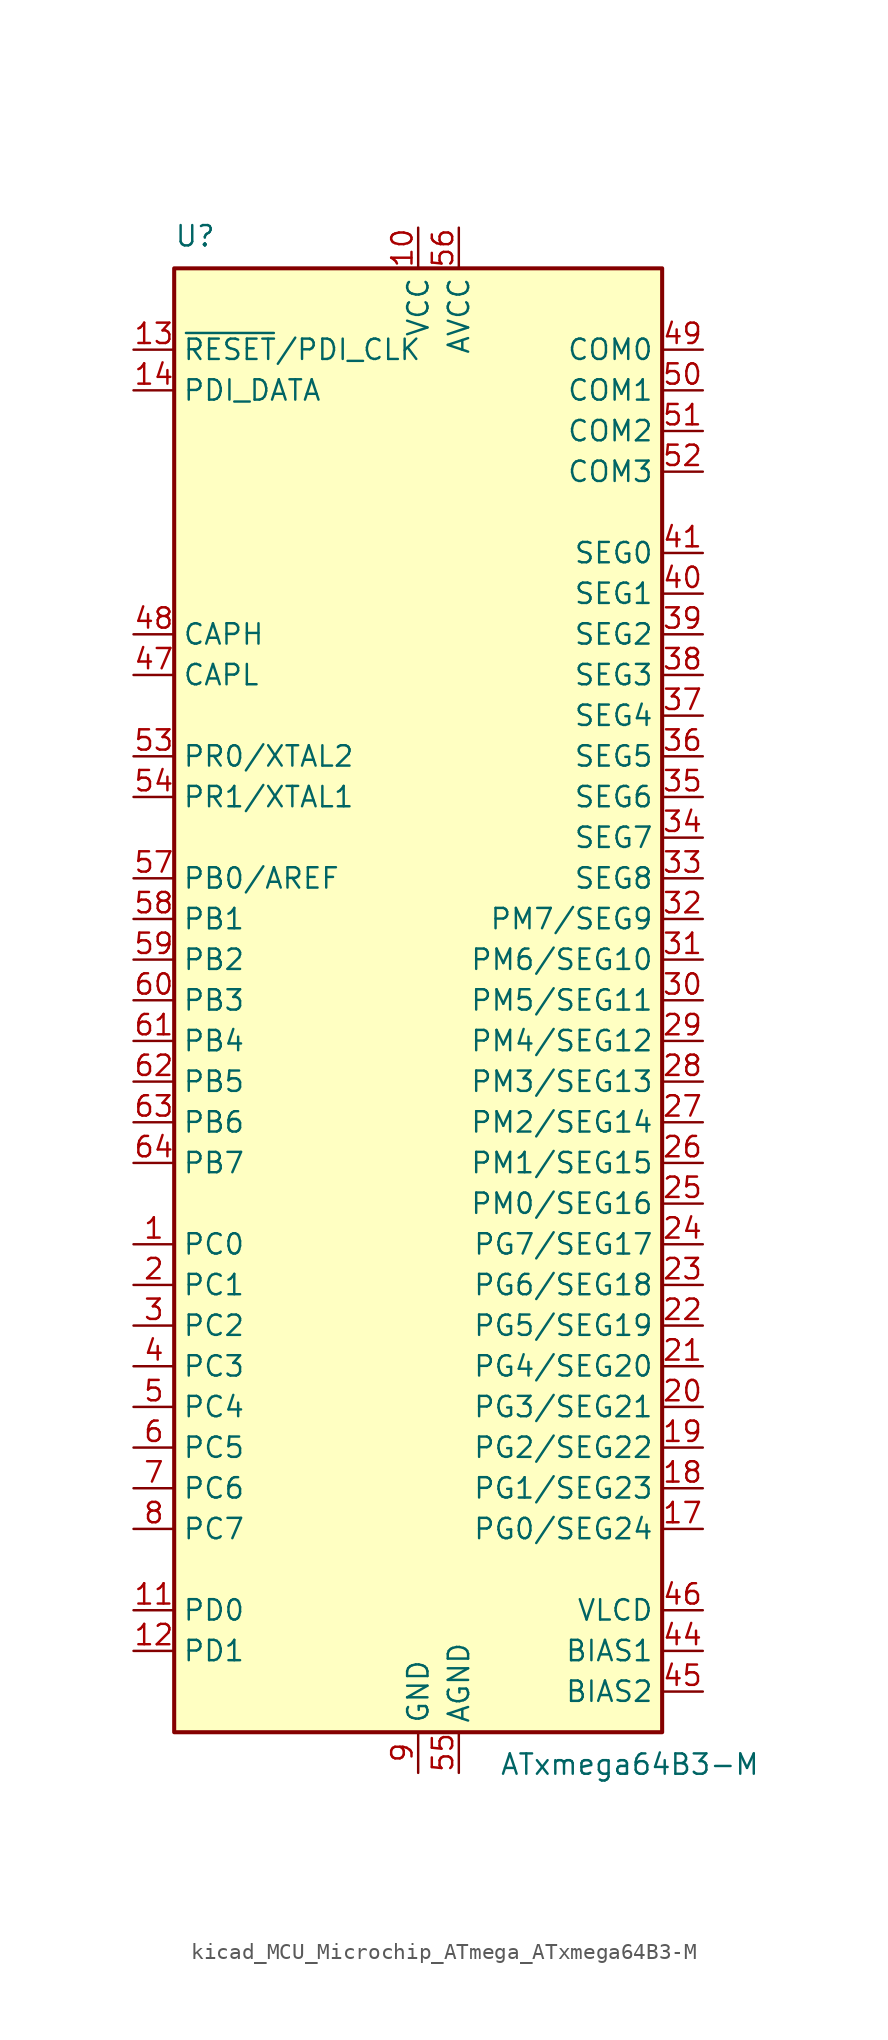
<source format=kicad_sym>
(kicad_symbol_lib
  (version 20220914)
  (generator kicad_symbol_editor)
  (symbol "kicad_MCU_Microchip_ATmega_ATxmega64B3-M"
    (property "Reference" "U"
      (at -15.24 46.99 0)
      (effects (font (size 1.27 1.27)) (justify left bottom)))
    (property "Value" "ATxmega64B3-M"
      (at 5.08 -46.99 0)
      (effects (font (size 1.27 1.27)) (justify left top)))
    (symbol "kicad_MCU_Microchip_ATmega_ATxmega64B3-M_0_1"
      (rectangle (start -15.24 -45.72) (end 15.24 45.72) (stroke (width 0.254) (type default)) (fill (type background))))
    (symbol "kicad_MCU_Microchip_ATmega_ATxmega64B3-M_1_1"
      (pin bidirectional line (at -17.78 -15.24 0) (length 2.54) (name "PC0" (effects (font (size 1.27 1.27)))) (number "1" (effects (font (size 1.27 1.27)))))
      (pin power_in line (at 0 48.26 270) (length 2.54) (name "VCC" (effects (font (size 1.27 1.27)))) (number "10" (effects (font (size 1.27 1.27)))))
      (pin bidirectional line (at -17.78 -38.1 0) (length 2.54) (name "PD0" (effects (font (size 1.27 1.27)))) (number "11" (effects (font (size 1.27 1.27)))))
      (pin bidirectional line (at -17.78 -40.64 0) (length 2.54) (name "PD1" (effects (font (size 1.27 1.27)))) (number "12" (effects (font (size 1.27 1.27)))))
      (pin input line (at -17.78 40.64 0) (length 2.54) (name "~{RESET}/PDI_CLK" (effects (font (size 1.27 1.27)))) (number "13" (effects (font (size 1.27 1.27)))))
      (pin bidirectional line (at -17.78 38.1 0) (length 2.54) (name "PDI_DATA" (effects (font (size 1.27 1.27)))) (number "14" (effects (font (size 1.27 1.27)))))
      (pin passive line (at 0 -48.26 90) (length 2.54) hide (name "GND" (effects (font (size 1.27 1.27)))) (number "15" (effects (font (size 1.27 1.27)))))
      (pin passive line (at 0 48.26 270) (length 2.54) hide (name "VCC" (effects (font (size 1.27 1.27)))) (number "16" (effects (font (size 1.27 1.27)))))
      (pin bidirectional line (at 17.78 -33.02 180) (length 2.54) (name "PG0/SEG24" (effects (font (size 1.27 1.27)))) (number "17" (effects (font (size 1.27 1.27)))))
      (pin bidirectional line (at 17.78 -30.48 180) (length 2.54) (name "PG1/SEG23" (effects (font (size 1.27 1.27)))) (number "18" (effects (font (size 1.27 1.27)))))
      (pin bidirectional line (at 17.78 -27.94 180) (length 2.54) (name "PG2/SEG22" (effects (font (size 1.27 1.27)))) (number "19" (effects (font (size 1.27 1.27)))))
      (pin bidirectional line (at -17.78 -17.78 0) (length 2.54) (name "PC1" (effects (font (size 1.27 1.27)))) (number "2" (effects (font (size 1.27 1.27)))))
      (pin bidirectional line (at 17.78 -25.4 180) (length 2.54) (name "PG3/SEG21" (effects (font (size 1.27 1.27)))) (number "20" (effects (font (size 1.27 1.27)))))
      (pin bidirectional line (at 17.78 -22.86 180) (length 2.54) (name "PG4/SEG20" (effects (font (size 1.27 1.27)))) (number "21" (effects (font (size 1.27 1.27)))))
      (pin bidirectional line (at 17.78 -20.32 180) (length 2.54) (name "PG5/SEG19" (effects (font (size 1.27 1.27)))) (number "22" (effects (font (size 1.27 1.27)))))
      (pin bidirectional line (at 17.78 -17.78 180) (length 2.54) (name "PG6/SEG18" (effects (font (size 1.27 1.27)))) (number "23" (effects (font (size 1.27 1.27)))))
      (pin bidirectional line (at 17.78 -15.24 180) (length 2.54) (name "PG7/SEG17" (effects (font (size 1.27 1.27)))) (number "24" (effects (font (size 1.27 1.27)))))
      (pin bidirectional line (at 17.78 -12.7 180) (length 2.54) (name "PM0/SEG16" (effects (font (size 1.27 1.27)))) (number "25" (effects (font (size 1.27 1.27)))))
      (pin bidirectional line (at 17.78 -10.16 180) (length 2.54) (name "PM1/SEG15" (effects (font (size 1.27 1.27)))) (number "26" (effects (font (size 1.27 1.27)))))
      (pin bidirectional line (at 17.78 -7.62 180) (length 2.54) (name "PM2/SEG14" (effects (font (size 1.27 1.27)))) (number "27" (effects (font (size 1.27 1.27)))))
      (pin bidirectional line (at 17.78 -5.08 180) (length 2.54) (name "PM3/SEG13" (effects (font (size 1.27 1.27)))) (number "28" (effects (font (size 1.27 1.27)))))
      (pin bidirectional line (at 17.78 -2.54 180) (length 2.54) (name "PM4/SEG12" (effects (font (size 1.27 1.27)))) (number "29" (effects (font (size 1.27 1.27)))))
      (pin bidirectional line (at -17.78 -20.32 0) (length 2.54) (name "PC2" (effects (font (size 1.27 1.27)))) (number "3" (effects (font (size 1.27 1.27)))))
      (pin bidirectional line (at 17.78 0 180) (length 2.54) (name "PM5/SEG11" (effects (font (size 1.27 1.27)))) (number "30" (effects (font (size 1.27 1.27)))))
      (pin bidirectional line (at 17.78 2.54 180) (length 2.54) (name "PM6/SEG10" (effects (font (size 1.27 1.27)))) (number "31" (effects (font (size 1.27 1.27)))))
      (pin bidirectional line (at 17.78 5.08 180) (length 2.54) (name "PM7/SEG9" (effects (font (size 1.27 1.27)))) (number "32" (effects (font (size 1.27 1.27)))))
      (pin output line (at 17.78 7.62 180) (length 2.54) (name "SEG8" (effects (font (size 1.27 1.27)))) (number "33" (effects (font (size 1.27 1.27)))))
      (pin output line (at 17.78 10.16 180) (length 2.54) (name "SEG7" (effects (font (size 1.27 1.27)))) (number "34" (effects (font (size 1.27 1.27)))))
      (pin output line (at 17.78 12.7 180) (length 2.54) (name "SEG6" (effects (font (size 1.27 1.27)))) (number "35" (effects (font (size 1.27 1.27)))))
      (pin output line (at 17.78 15.24 180) (length 2.54) (name "SEG5" (effects (font (size 1.27 1.27)))) (number "36" (effects (font (size 1.27 1.27)))))
      (pin output line (at 17.78 17.78 180) (length 2.54) (name "SEG4" (effects (font (size 1.27 1.27)))) (number "37" (effects (font (size 1.27 1.27)))))
      (pin output line (at 17.78 20.32 180) (length 2.54) (name "SEG3" (effects (font (size 1.27 1.27)))) (number "38" (effects (font (size 1.27 1.27)))))
      (pin output line (at 17.78 22.86 180) (length 2.54) (name "SEG2" (effects (font (size 1.27 1.27)))) (number "39" (effects (font (size 1.27 1.27)))))
      (pin bidirectional line (at -17.78 -22.86 0) (length 2.54) (name "PC3" (effects (font (size 1.27 1.27)))) (number "4" (effects (font (size 1.27 1.27)))))
      (pin output line (at 17.78 25.4 180) (length 2.54) (name "SEG1" (effects (font (size 1.27 1.27)))) (number "40" (effects (font (size 1.27 1.27)))))
      (pin output line (at 17.78 27.94 180) (length 2.54) (name "SEG0" (effects (font (size 1.27 1.27)))) (number "41" (effects (font (size 1.27 1.27)))))
      (pin passive line (at 0 -48.26 90) (length 2.54) hide (name "GND" (effects (font (size 1.27 1.27)))) (number "42" (effects (font (size 1.27 1.27)))))
      (pin passive line (at 0 48.26 270) (length 2.54) hide (name "VCC" (effects (font (size 1.27 1.27)))) (number "43" (effects (font (size 1.27 1.27)))))
      (pin power_out line (at 17.78 -40.64 180) (length 2.54) (name "BIAS1" (effects (font (size 1.27 1.27)))) (number "44" (effects (font (size 1.27 1.27)))))
      (pin power_out line (at 17.78 -43.18 180) (length 2.54) (name "BIAS2" (effects (font (size 1.27 1.27)))) (number "45" (effects (font (size 1.27 1.27)))))
      (pin power_out line (at 17.78 -38.1 180) (length 2.54) (name "VLCD" (effects (font (size 1.27 1.27)))) (number "46" (effects (font (size 1.27 1.27)))))
      (pin passive line (at -17.78 20.32 0) (length 2.54) (name "CAPL" (effects (font (size 1.27 1.27)))) (number "47" (effects (font (size 1.27 1.27)))))
      (pin passive line (at -17.78 22.86 0) (length 2.54) (name "CAPH" (effects (font (size 1.27 1.27)))) (number "48" (effects (font (size 1.27 1.27)))))
      (pin output line (at 17.78 40.64 180) (length 2.54) (name "COM0" (effects (font (size 1.27 1.27)))) (number "49" (effects (font (size 1.27 1.27)))))
      (pin bidirectional line (at -17.78 -25.4 0) (length 2.54) (name "PC4" (effects (font (size 1.27 1.27)))) (number "5" (effects (font (size 1.27 1.27)))))
      (pin output line (at 17.78 38.1 180) (length 2.54) (name "COM1" (effects (font (size 1.27 1.27)))) (number "50" (effects (font (size 1.27 1.27)))))
      (pin output line (at 17.78 35.56 180) (length 2.54) (name "COM2" (effects (font (size 1.27 1.27)))) (number "51" (effects (font (size 1.27 1.27)))))
      (pin output line (at 17.78 33.02 180) (length 2.54) (name "COM3" (effects (font (size 1.27 1.27)))) (number "52" (effects (font (size 1.27 1.27)))))
      (pin bidirectional line (at -17.78 15.24 0) (length 2.54) (name "PR0/XTAL2" (effects (font (size 1.27 1.27)))) (number "53" (effects (font (size 1.27 1.27)))))
      (pin bidirectional line (at -17.78 12.7 0) (length 2.54) (name "PR1/XTAL1" (effects (font (size 1.27 1.27)))) (number "54" (effects (font (size 1.27 1.27)))))
      (pin power_in line (at 2.54 -48.26 90) (length 2.54) (name "AGND" (effects (font (size 1.27 1.27)))) (number "55" (effects (font (size 1.27 1.27)))))
      (pin power_in line (at 2.54 48.26 270) (length 2.54) (name "AVCC" (effects (font (size 1.27 1.27)))) (number "56" (effects (font (size 1.27 1.27)))))
      (pin bidirectional line (at -17.78 7.62 0) (length 2.54) (name "PB0/AREF" (effects (font (size 1.27 1.27)))) (number "57" (effects (font (size 1.27 1.27)))))
      (pin bidirectional line (at -17.78 5.08 0) (length 2.54) (name "PB1" (effects (font (size 1.27 1.27)))) (number "58" (effects (font (size 1.27 1.27)))))
      (pin bidirectional line (at -17.78 2.54 0) (length 2.54) (name "PB2" (effects (font (size 1.27 1.27)))) (number "59" (effects (font (size 1.27 1.27)))))
      (pin bidirectional line (at -17.78 -27.94 0) (length 2.54) (name "PC5" (effects (font (size 1.27 1.27)))) (number "6" (effects (font (size 1.27 1.27)))))
      (pin bidirectional line (at -17.78 0 0) (length 2.54) (name "PB3" (effects (font (size 1.27 1.27)))) (number "60" (effects (font (size 1.27 1.27)))))
      (pin bidirectional line (at -17.78 -2.54 0) (length 2.54) (name "PB4" (effects (font (size 1.27 1.27)))) (number "61" (effects (font (size 1.27 1.27)))))
      (pin bidirectional line (at -17.78 -5.08 0) (length 2.54) (name "PB5" (effects (font (size 1.27 1.27)))) (number "62" (effects (font (size 1.27 1.27)))))
      (pin bidirectional line (at -17.78 -7.62 0) (length 2.54) (name "PB6" (effects (font (size 1.27 1.27)))) (number "63" (effects (font (size 1.27 1.27)))))
      (pin bidirectional line (at -17.78 -10.16 0) (length 2.54) (name "PB7" (effects (font (size 1.27 1.27)))) (number "64" (effects (font (size 1.27 1.27)))))
      (pin passive line (at 0 -48.26 90) (length 2.54) hide (name "GND" (effects (font (size 1.27 1.27)))) (number "65" (effects (font (size 1.27 1.27)))))
      (pin bidirectional line (at -17.78 -30.48 0) (length 2.54) (name "PC6" (effects (font (size 1.27 1.27)))) (number "7" (effects (font (size 1.27 1.27)))))
      (pin bidirectional line (at -17.78 -33.02 0) (length 2.54) (name "PC7" (effects (font (size 1.27 1.27)))) (number "8" (effects (font (size 1.27 1.27)))))
      (pin power_in line (at 0 -48.26 90) (length 2.54) (name "GND" (effects (font (size 1.27 1.27)))) (number "9" (effects (font (size 1.27 1.27))))))))
</source>
